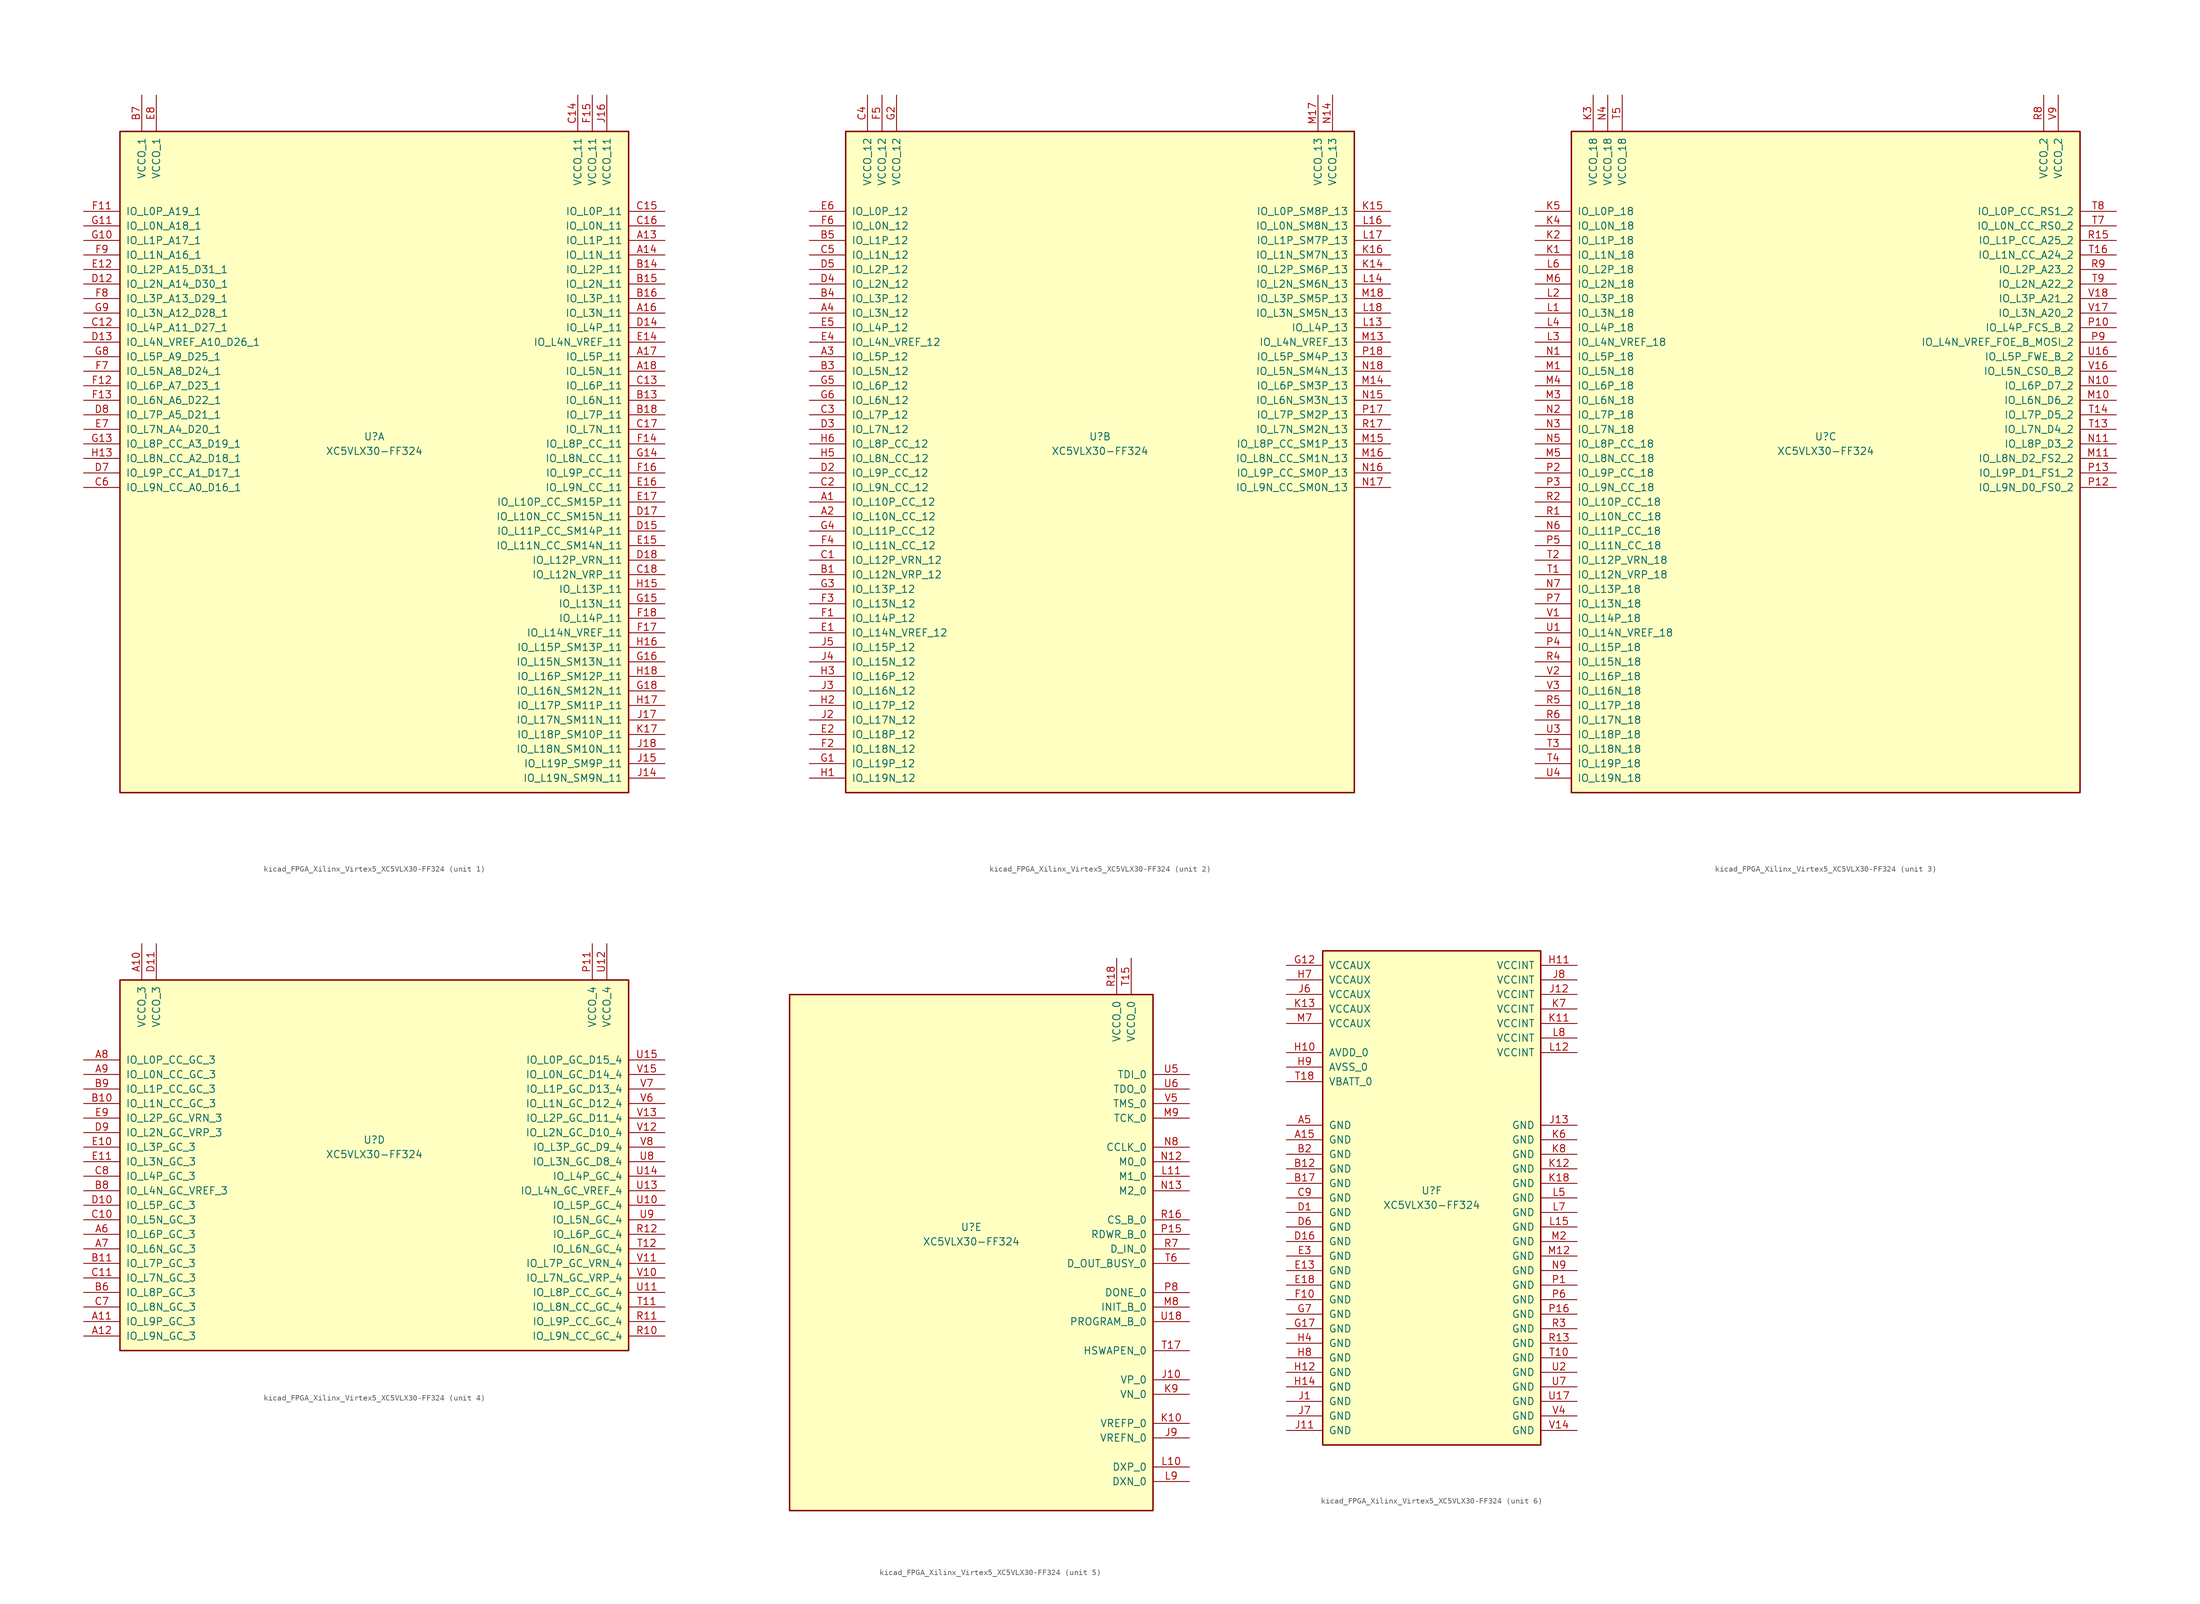
<source format=kicad_sym>
(kicad_symbol_lib
  (version 20220914)
  (generator kicad_symbol_editor)
  (symbol "kicad_FPGA_Xilinx_Virtex5_XC5VLX30-FF324"
    (pin_names
      (offset 1.016))
    (property "Reference" "U"
      (at 0 1.27 0)
      (effects (font (size 1.27 1.27))))
    (property "Value" "XC5VLX30-FF324"
      (at 0 -1.27 0)
      (effects (font (size 1.27 1.27))))
    (property "Datasheet" ""
      (at 0 0 0)
      (effects (font (size 1.27 1.27))))
    (property "ki_locked" ""
      (at 0 0 0)
      (effects (font (size 1.27 1.27))))
    (symbol "kicad_FPGA_Xilinx_Virtex5_XC5VLX30-FF324_1_1"
      (rectangle (start -44.45 54.61) (end 44.45 -60.96) (stroke (width 0.254) (type default)) (fill (type background)))
      (pin bidirectional line (at 50.8 35.56 180) (length 6.35) (name "IO_L1P_11" (effects (font (size 1.27 1.27)))) (number "A13" (effects (font (size 1.27 1.27)))))
      (pin bidirectional line (at 50.8 33.02 180) (length 6.35) (name "IO_L1N_11" (effects (font (size 1.27 1.27)))) (number "A14" (effects (font (size 1.27 1.27)))))
      (pin bidirectional line (at 50.8 22.86 180) (length 6.35) (name "IO_L3N_11" (effects (font (size 1.27 1.27)))) (number "A16" (effects (font (size 1.27 1.27)))))
      (pin bidirectional line (at 50.8 15.24 180) (length 6.35) (name "IO_L5P_11" (effects (font (size 1.27 1.27)))) (number "A17" (effects (font (size 1.27 1.27)))))
      (pin bidirectional line (at 50.8 12.7 180) (length 6.35) (name "IO_L5N_11" (effects (font (size 1.27 1.27)))) (number "A18" (effects (font (size 1.27 1.27)))))
      (pin bidirectional line (at 50.8 7.62 180) (length 6.35) (name "IO_L6N_11" (effects (font (size 1.27 1.27)))) (number "B13" (effects (font (size 1.27 1.27)))))
      (pin bidirectional line (at 50.8 30.48 180) (length 6.35) (name "IO_L2P_11" (effects (font (size 1.27 1.27)))) (number "B14" (effects (font (size 1.27 1.27)))))
      (pin bidirectional line (at 50.8 27.94 180) (length 6.35) (name "IO_L2N_11" (effects (font (size 1.27 1.27)))) (number "B15" (effects (font (size 1.27 1.27)))))
      (pin bidirectional line (at 50.8 25.4 180) (length 6.35) (name "IO_L3P_11" (effects (font (size 1.27 1.27)))) (number "B16" (effects (font (size 1.27 1.27)))))
      (pin bidirectional line (at 50.8 5.08 180) (length 6.35) (name "IO_L7P_11" (effects (font (size 1.27 1.27)))) (number "B18" (effects (font (size 1.27 1.27)))))
      (pin power_in line (at -40.64 60.96 270) (length 6.35) (name "VCCO_1" (effects (font (size 1.27 1.27)))) (number "B7" (effects (font (size 1.27 1.27)))))
      (pin bidirectional line (at -50.8 20.32 0) (length 6.35) (name "IO_L4P_A11_D27_1" (effects (font (size 1.27 1.27)))) (number "C12" (effects (font (size 1.27 1.27)))))
      (pin bidirectional line (at 50.8 10.16 180) (length 6.35) (name "IO_L6P_11" (effects (font (size 1.27 1.27)))) (number "C13" (effects (font (size 1.27 1.27)))))
      (pin power_in line (at 35.56 60.96 270) (length 6.35) (name "VCCO_11" (effects (font (size 1.27 1.27)))) (number "C14" (effects (font (size 1.27 1.27)))))
      (pin bidirectional line (at 50.8 40.64 180) (length 6.35) (name "IO_L0P_11" (effects (font (size 1.27 1.27)))) (number "C15" (effects (font (size 1.27 1.27)))))
      (pin bidirectional line (at 50.8 38.1 180) (length 6.35) (name "IO_L0N_11" (effects (font (size 1.27 1.27)))) (number "C16" (effects (font (size 1.27 1.27)))))
      (pin bidirectional line (at 50.8 2.54 180) (length 6.35) (name "IO_L7N_11" (effects (font (size 1.27 1.27)))) (number "C17" (effects (font (size 1.27 1.27)))))
      (pin bidirectional line (at 50.8 -22.86 180) (length 6.35) (name "IO_L12N_VRP_11" (effects (font (size 1.27 1.27)))) (number "C18" (effects (font (size 1.27 1.27)))))
      (pin bidirectional line (at -50.8 -7.62 0) (length 6.35) (name "IO_L9N_CC_A0_D16_1" (effects (font (size 1.27 1.27)))) (number "C6" (effects (font (size 1.27 1.27)))))
      (pin bidirectional line (at -50.8 27.94 0) (length 6.35) (name "IO_L2N_A14_D30_1" (effects (font (size 1.27 1.27)))) (number "D12" (effects (font (size 1.27 1.27)))))
      (pin bidirectional line (at -50.8 17.78 0) (length 6.35) (name "IO_L4N_VREF_A10_D26_1" (effects (font (size 1.27 1.27)))) (number "D13" (effects (font (size 1.27 1.27)))))
      (pin bidirectional line (at 50.8 20.32 180) (length 6.35) (name "IO_L4P_11" (effects (font (size 1.27 1.27)))) (number "D14" (effects (font (size 1.27 1.27)))))
      (pin bidirectional line (at 50.8 -15.24 180) (length 6.35) (name "IO_L11P_CC_SM14P_11" (effects (font (size 1.27 1.27)))) (number "D15" (effects (font (size 1.27 1.27)))))
      (pin bidirectional line (at 50.8 -12.7 180) (length 6.35) (name "IO_L10N_CC_SM15N_11" (effects (font (size 1.27 1.27)))) (number "D17" (effects (font (size 1.27 1.27)))))
      (pin bidirectional line (at 50.8 -20.32 180) (length 6.35) (name "IO_L12P_VRN_11" (effects (font (size 1.27 1.27)))) (number "D18" (effects (font (size 1.27 1.27)))))
      (pin bidirectional line (at -50.8 -5.08 0) (length 6.35) (name "IO_L9P_CC_A1_D17_1" (effects (font (size 1.27 1.27)))) (number "D7" (effects (font (size 1.27 1.27)))))
      (pin bidirectional line (at -50.8 5.08 0) (length 6.35) (name "IO_L7P_A5_D21_1" (effects (font (size 1.27 1.27)))) (number "D8" (effects (font (size 1.27 1.27)))))
      (pin bidirectional line (at -50.8 30.48 0) (length 6.35) (name "IO_L2P_A15_D31_1" (effects (font (size 1.27 1.27)))) (number "E12" (effects (font (size 1.27 1.27)))))
      (pin bidirectional line (at 50.8 17.78 180) (length 6.35) (name "IO_L4N_VREF_11" (effects (font (size 1.27 1.27)))) (number "E14" (effects (font (size 1.27 1.27)))))
      (pin bidirectional line (at 50.8 -17.78 180) (length 6.35) (name "IO_L11N_CC_SM14N_11" (effects (font (size 1.27 1.27)))) (number "E15" (effects (font (size 1.27 1.27)))))
      (pin bidirectional line (at 50.8 -7.62 180) (length 6.35) (name "IO_L9N_CC_11" (effects (font (size 1.27 1.27)))) (number "E16" (effects (font (size 1.27 1.27)))))
      (pin bidirectional line (at 50.8 -10.16 180) (length 6.35) (name "IO_L10P_CC_SM15P_11" (effects (font (size 1.27 1.27)))) (number "E17" (effects (font (size 1.27 1.27)))))
      (pin bidirectional line (at -50.8 2.54 0) (length 6.35) (name "IO_L7N_A4_D20_1" (effects (font (size 1.27 1.27)))) (number "E7" (effects (font (size 1.27 1.27)))))
      (pin power_in line (at -38.1 60.96 270) (length 6.35) (name "VCCO_1" (effects (font (size 1.27 1.27)))) (number "E8" (effects (font (size 1.27 1.27)))))
      (pin bidirectional line (at -50.8 40.64 0) (length 6.35) (name "IO_L0P_A19_1" (effects (font (size 1.27 1.27)))) (number "F11" (effects (font (size 1.27 1.27)))))
      (pin bidirectional line (at -50.8 10.16 0) (length 6.35) (name "IO_L6P_A7_D23_1" (effects (font (size 1.27 1.27)))) (number "F12" (effects (font (size 1.27 1.27)))))
      (pin bidirectional line (at -50.8 7.62 0) (length 6.35) (name "IO_L6N_A6_D22_1" (effects (font (size 1.27 1.27)))) (number "F13" (effects (font (size 1.27 1.27)))))
      (pin bidirectional line (at 50.8 0 180) (length 6.35) (name "IO_L8P_CC_11" (effects (font (size 1.27 1.27)))) (number "F14" (effects (font (size 1.27 1.27)))))
      (pin power_in line (at 38.1 60.96 270) (length 6.35) (name "VCCO_11" (effects (font (size 1.27 1.27)))) (number "F15" (effects (font (size 1.27 1.27)))))
      (pin bidirectional line (at 50.8 -5.08 180) (length 6.35) (name "IO_L9P_CC_11" (effects (font (size 1.27 1.27)))) (number "F16" (effects (font (size 1.27 1.27)))))
      (pin bidirectional line (at 50.8 -33.02 180) (length 6.35) (name "IO_L14N_VREF_11" (effects (font (size 1.27 1.27)))) (number "F17" (effects (font (size 1.27 1.27)))))
      (pin bidirectional line (at 50.8 -30.48 180) (length 6.35) (name "IO_L14P_11" (effects (font (size 1.27 1.27)))) (number "F18" (effects (font (size 1.27 1.27)))))
      (pin bidirectional line (at -50.8 12.7 0) (length 6.35) (name "IO_L5N_A8_D24_1" (effects (font (size 1.27 1.27)))) (number "F7" (effects (font (size 1.27 1.27)))))
      (pin bidirectional line (at -50.8 25.4 0) (length 6.35) (name "IO_L3P_A13_D29_1" (effects (font (size 1.27 1.27)))) (number "F8" (effects (font (size 1.27 1.27)))))
      (pin bidirectional line (at -50.8 33.02 0) (length 6.35) (name "IO_L1N_A16_1" (effects (font (size 1.27 1.27)))) (number "F9" (effects (font (size 1.27 1.27)))))
      (pin bidirectional line (at -50.8 35.56 0) (length 6.35) (name "IO_L1P_A17_1" (effects (font (size 1.27 1.27)))) (number "G10" (effects (font (size 1.27 1.27)))))
      (pin bidirectional line (at -50.8 38.1 0) (length 6.35) (name "IO_L0N_A18_1" (effects (font (size 1.27 1.27)))) (number "G11" (effects (font (size 1.27 1.27)))))
      (pin bidirectional line (at -50.8 0 0) (length 6.35) (name "IO_L8P_CC_A3_D19_1" (effects (font (size 1.27 1.27)))) (number "G13" (effects (font (size 1.27 1.27)))))
      (pin bidirectional line (at 50.8 -2.54 180) (length 6.35) (name "IO_L8N_CC_11" (effects (font (size 1.27 1.27)))) (number "G14" (effects (font (size 1.27 1.27)))))
      (pin bidirectional line (at 50.8 -27.94 180) (length 6.35) (name "IO_L13N_11" (effects (font (size 1.27 1.27)))) (number "G15" (effects (font (size 1.27 1.27)))))
      (pin bidirectional line (at 50.8 -38.1 180) (length 6.35) (name "IO_L15N_SM13N_11" (effects (font (size 1.27 1.27)))) (number "G16" (effects (font (size 1.27 1.27)))))
      (pin bidirectional line (at 50.8 -43.18 180) (length 6.35) (name "IO_L16N_SM12N_11" (effects (font (size 1.27 1.27)))) (number "G18" (effects (font (size 1.27 1.27)))))
      (pin bidirectional line (at -50.8 15.24 0) (length 6.35) (name "IO_L5P_A9_D25_1" (effects (font (size 1.27 1.27)))) (number "G8" (effects (font (size 1.27 1.27)))))
      (pin bidirectional line (at -50.8 22.86 0) (length 6.35) (name "IO_L3N_A12_D28_1" (effects (font (size 1.27 1.27)))) (number "G9" (effects (font (size 1.27 1.27)))))
      (pin bidirectional line (at -50.8 -2.54 0) (length 6.35) (name "IO_L8N_CC_A2_D18_1" (effects (font (size 1.27 1.27)))) (number "H13" (effects (font (size 1.27 1.27)))))
      (pin bidirectional line (at 50.8 -25.4 180) (length 6.35) (name "IO_L13P_11" (effects (font (size 1.27 1.27)))) (number "H15" (effects (font (size 1.27 1.27)))))
      (pin bidirectional line (at 50.8 -35.56 180) (length 6.35) (name "IO_L15P_SM13P_11" (effects (font (size 1.27 1.27)))) (number "H16" (effects (font (size 1.27 1.27)))))
      (pin bidirectional line (at 50.8 -45.72 180) (length 6.35) (name "IO_L17P_SM11P_11" (effects (font (size 1.27 1.27)))) (number "H17" (effects (font (size 1.27 1.27)))))
      (pin bidirectional line (at 50.8 -40.64 180) (length 6.35) (name "IO_L16P_SM12P_11" (effects (font (size 1.27 1.27)))) (number "H18" (effects (font (size 1.27 1.27)))))
      (pin bidirectional line (at 50.8 -58.42 180) (length 6.35) (name "IO_L19N_SM9N_11" (effects (font (size 1.27 1.27)))) (number "J14" (effects (font (size 1.27 1.27)))))
      (pin bidirectional line (at 50.8 -55.88 180) (length 6.35) (name "IO_L19P_SM9P_11" (effects (font (size 1.27 1.27)))) (number "J15" (effects (font (size 1.27 1.27)))))
      (pin power_in line (at 40.64 60.96 270) (length 6.35) (name "VCCO_11" (effects (font (size 1.27 1.27)))) (number "J16" (effects (font (size 1.27 1.27)))))
      (pin bidirectional line (at 50.8 -48.26 180) (length 6.35) (name "IO_L17N_SM11N_11" (effects (font (size 1.27 1.27)))) (number "J17" (effects (font (size 1.27 1.27)))))
      (pin bidirectional line (at 50.8 -53.34 180) (length 6.35) (name "IO_L18N_SM10N_11" (effects (font (size 1.27 1.27)))) (number "J18" (effects (font (size 1.27 1.27)))))
      (pin bidirectional line (at 50.8 -50.8 180) (length 6.35) (name "IO_L18P_SM10P_11" (effects (font (size 1.27 1.27)))) (number "K17" (effects (font (size 1.27 1.27))))))
    (symbol "kicad_FPGA_Xilinx_Virtex5_XC5VLX30-FF324_2_1"
      (rectangle (start -44.45 54.61) (end 44.45 -60.96) (stroke (width 0.254) (type default)) (fill (type background)))
      (pin bidirectional line (at -50.8 -10.16 0) (length 6.35) (name "IO_L10P_CC_12" (effects (font (size 1.27 1.27)))) (number "A1" (effects (font (size 1.27 1.27)))))
      (pin bidirectional line (at -50.8 -12.7 0) (length 6.35) (name "IO_L10N_CC_12" (effects (font (size 1.27 1.27)))) (number "A2" (effects (font (size 1.27 1.27)))))
      (pin bidirectional line (at -50.8 15.24 0) (length 6.35) (name "IO_L5P_12" (effects (font (size 1.27 1.27)))) (number "A3" (effects (font (size 1.27 1.27)))))
      (pin bidirectional line (at -50.8 22.86 0) (length 6.35) (name "IO_L3N_12" (effects (font (size 1.27 1.27)))) (number "A4" (effects (font (size 1.27 1.27)))))
      (pin bidirectional line (at -50.8 -22.86 0) (length 6.35) (name "IO_L12N_VRP_12" (effects (font (size 1.27 1.27)))) (number "B1" (effects (font (size 1.27 1.27)))))
      (pin bidirectional line (at -50.8 12.7 0) (length 6.35) (name "IO_L5N_12" (effects (font (size 1.27 1.27)))) (number "B3" (effects (font (size 1.27 1.27)))))
      (pin bidirectional line (at -50.8 25.4 0) (length 6.35) (name "IO_L3P_12" (effects (font (size 1.27 1.27)))) (number "B4" (effects (font (size 1.27 1.27)))))
      (pin bidirectional line (at -50.8 35.56 0) (length 6.35) (name "IO_L1P_12" (effects (font (size 1.27 1.27)))) (number "B5" (effects (font (size 1.27 1.27)))))
      (pin bidirectional line (at -50.8 -20.32 0) (length 6.35) (name "IO_L12P_VRN_12" (effects (font (size 1.27 1.27)))) (number "C1" (effects (font (size 1.27 1.27)))))
      (pin bidirectional line (at -50.8 -7.62 0) (length 6.35) (name "IO_L9N_CC_12" (effects (font (size 1.27 1.27)))) (number "C2" (effects (font (size 1.27 1.27)))))
      (pin bidirectional line (at -50.8 5.08 0) (length 6.35) (name "IO_L7P_12" (effects (font (size 1.27 1.27)))) (number "C3" (effects (font (size 1.27 1.27)))))
      (pin power_in line (at -40.64 60.96 270) (length 6.35) (name "VCCO_12" (effects (font (size 1.27 1.27)))) (number "C4" (effects (font (size 1.27 1.27)))))
      (pin bidirectional line (at -50.8 33.02 0) (length 6.35) (name "IO_L1N_12" (effects (font (size 1.27 1.27)))) (number "C5" (effects (font (size 1.27 1.27)))))
      (pin bidirectional line (at -50.8 -5.08 0) (length 6.35) (name "IO_L9P_CC_12" (effects (font (size 1.27 1.27)))) (number "D2" (effects (font (size 1.27 1.27)))))
      (pin bidirectional line (at -50.8 2.54 0) (length 6.35) (name "IO_L7N_12" (effects (font (size 1.27 1.27)))) (number "D3" (effects (font (size 1.27 1.27)))))
      (pin bidirectional line (at -50.8 27.94 0) (length 6.35) (name "IO_L2N_12" (effects (font (size 1.27 1.27)))) (number "D4" (effects (font (size 1.27 1.27)))))
      (pin bidirectional line (at -50.8 30.48 0) (length 6.35) (name "IO_L2P_12" (effects (font (size 1.27 1.27)))) (number "D5" (effects (font (size 1.27 1.27)))))
      (pin bidirectional line (at -50.8 -33.02 0) (length 6.35) (name "IO_L14N_VREF_12" (effects (font (size 1.27 1.27)))) (number "E1" (effects (font (size 1.27 1.27)))))
      (pin bidirectional line (at -50.8 -50.8 0) (length 6.35) (name "IO_L18P_12" (effects (font (size 1.27 1.27)))) (number "E2" (effects (font (size 1.27 1.27)))))
      (pin bidirectional line (at -50.8 17.78 0) (length 6.35) (name "IO_L4N_VREF_12" (effects (font (size 1.27 1.27)))) (number "E4" (effects (font (size 1.27 1.27)))))
      (pin bidirectional line (at -50.8 20.32 0) (length 6.35) (name "IO_L4P_12" (effects (font (size 1.27 1.27)))) (number "E5" (effects (font (size 1.27 1.27)))))
      (pin bidirectional line (at -50.8 40.64 0) (length 6.35) (name "IO_L0P_12" (effects (font (size 1.27 1.27)))) (number "E6" (effects (font (size 1.27 1.27)))))
      (pin bidirectional line (at -50.8 -30.48 0) (length 6.35) (name "IO_L14P_12" (effects (font (size 1.27 1.27)))) (number "F1" (effects (font (size 1.27 1.27)))))
      (pin bidirectional line (at -50.8 -53.34 0) (length 6.35) (name "IO_L18N_12" (effects (font (size 1.27 1.27)))) (number "F2" (effects (font (size 1.27 1.27)))))
      (pin bidirectional line (at -50.8 -27.94 0) (length 6.35) (name "IO_L13N_12" (effects (font (size 1.27 1.27)))) (number "F3" (effects (font (size 1.27 1.27)))))
      (pin bidirectional line (at -50.8 -17.78 0) (length 6.35) (name "IO_L11N_CC_12" (effects (font (size 1.27 1.27)))) (number "F4" (effects (font (size 1.27 1.27)))))
      (pin power_in line (at -38.1 60.96 270) (length 6.35) (name "VCCO_12" (effects (font (size 1.27 1.27)))) (number "F5" (effects (font (size 1.27 1.27)))))
      (pin bidirectional line (at -50.8 38.1 0) (length 6.35) (name "IO_L0N_12" (effects (font (size 1.27 1.27)))) (number "F6" (effects (font (size 1.27 1.27)))))
      (pin bidirectional line (at -50.8 -55.88 0) (length 6.35) (name "IO_L19P_12" (effects (font (size 1.27 1.27)))) (number "G1" (effects (font (size 1.27 1.27)))))
      (pin power_in line (at -35.56 60.96 270) (length 6.35) (name "VCCO_12" (effects (font (size 1.27 1.27)))) (number "G2" (effects (font (size 1.27 1.27)))))
      (pin bidirectional line (at -50.8 -25.4 0) (length 6.35) (name "IO_L13P_12" (effects (font (size 1.27 1.27)))) (number "G3" (effects (font (size 1.27 1.27)))))
      (pin bidirectional line (at -50.8 -15.24 0) (length 6.35) (name "IO_L11P_CC_12" (effects (font (size 1.27 1.27)))) (number "G4" (effects (font (size 1.27 1.27)))))
      (pin bidirectional line (at -50.8 10.16 0) (length 6.35) (name "IO_L6P_12" (effects (font (size 1.27 1.27)))) (number "G5" (effects (font (size 1.27 1.27)))))
      (pin bidirectional line (at -50.8 7.62 0) (length 6.35) (name "IO_L6N_12" (effects (font (size 1.27 1.27)))) (number "G6" (effects (font (size 1.27 1.27)))))
      (pin bidirectional line (at -50.8 -58.42 0) (length 6.35) (name "IO_L19N_12" (effects (font (size 1.27 1.27)))) (number "H1" (effects (font (size 1.27 1.27)))))
      (pin bidirectional line (at -50.8 -45.72 0) (length 6.35) (name "IO_L17P_12" (effects (font (size 1.27 1.27)))) (number "H2" (effects (font (size 1.27 1.27)))))
      (pin bidirectional line (at -50.8 -40.64 0) (length 6.35) (name "IO_L16P_12" (effects (font (size 1.27 1.27)))) (number "H3" (effects (font (size 1.27 1.27)))))
      (pin bidirectional line (at -50.8 -2.54 0) (length 6.35) (name "IO_L8N_CC_12" (effects (font (size 1.27 1.27)))) (number "H5" (effects (font (size 1.27 1.27)))))
      (pin bidirectional line (at -50.8 0 0) (length 6.35) (name "IO_L8P_CC_12" (effects (font (size 1.27 1.27)))) (number "H6" (effects (font (size 1.27 1.27)))))
      (pin bidirectional line (at -50.8 -48.26 0) (length 6.35) (name "IO_L17N_12" (effects (font (size 1.27 1.27)))) (number "J2" (effects (font (size 1.27 1.27)))))
      (pin bidirectional line (at -50.8 -43.18 0) (length 6.35) (name "IO_L16N_12" (effects (font (size 1.27 1.27)))) (number "J3" (effects (font (size 1.27 1.27)))))
      (pin bidirectional line (at -50.8 -38.1 0) (length 6.35) (name "IO_L15N_12" (effects (font (size 1.27 1.27)))) (number "J4" (effects (font (size 1.27 1.27)))))
      (pin bidirectional line (at -50.8 -35.56 0) (length 6.35) (name "IO_L15P_12" (effects (font (size 1.27 1.27)))) (number "J5" (effects (font (size 1.27 1.27)))))
      (pin bidirectional line (at 50.8 30.48 180) (length 6.35) (name "IO_L2P_SM6P_13" (effects (font (size 1.27 1.27)))) (number "K14" (effects (font (size 1.27 1.27)))))
      (pin bidirectional line (at 50.8 40.64 180) (length 6.35) (name "IO_L0P_SM8P_13" (effects (font (size 1.27 1.27)))) (number "K15" (effects (font (size 1.27 1.27)))))
      (pin bidirectional line (at 50.8 33.02 180) (length 6.35) (name "IO_L1N_SM7N_13" (effects (font (size 1.27 1.27)))) (number "K16" (effects (font (size 1.27 1.27)))))
      (pin bidirectional line (at 50.8 20.32 180) (length 6.35) (name "IO_L4P_13" (effects (font (size 1.27 1.27)))) (number "L13" (effects (font (size 1.27 1.27)))))
      (pin bidirectional line (at 50.8 27.94 180) (length 6.35) (name "IO_L2N_SM6N_13" (effects (font (size 1.27 1.27)))) (number "L14" (effects (font (size 1.27 1.27)))))
      (pin bidirectional line (at 50.8 38.1 180) (length 6.35) (name "IO_L0N_SM8N_13" (effects (font (size 1.27 1.27)))) (number "L16" (effects (font (size 1.27 1.27)))))
      (pin bidirectional line (at 50.8 35.56 180) (length 6.35) (name "IO_L1P_SM7P_13" (effects (font (size 1.27 1.27)))) (number "L17" (effects (font (size 1.27 1.27)))))
      (pin bidirectional line (at 50.8 22.86 180) (length 6.35) (name "IO_L3N_SM5N_13" (effects (font (size 1.27 1.27)))) (number "L18" (effects (font (size 1.27 1.27)))))
      (pin bidirectional line (at 50.8 17.78 180) (length 6.35) (name "IO_L4N_VREF_13" (effects (font (size 1.27 1.27)))) (number "M13" (effects (font (size 1.27 1.27)))))
      (pin bidirectional line (at 50.8 10.16 180) (length 6.35) (name "IO_L6P_SM3P_13" (effects (font (size 1.27 1.27)))) (number "M14" (effects (font (size 1.27 1.27)))))
      (pin bidirectional line (at 50.8 0 180) (length 6.35) (name "IO_L8P_CC_SM1P_13" (effects (font (size 1.27 1.27)))) (number "M15" (effects (font (size 1.27 1.27)))))
      (pin bidirectional line (at 50.8 -2.54 180) (length 6.35) (name "IO_L8N_CC_SM1N_13" (effects (font (size 1.27 1.27)))) (number "M16" (effects (font (size 1.27 1.27)))))
      (pin power_in line (at 38.1 60.96 270) (length 6.35) (name "VCCO_13" (effects (font (size 1.27 1.27)))) (number "M17" (effects (font (size 1.27 1.27)))))
      (pin bidirectional line (at 50.8 25.4 180) (length 6.35) (name "IO_L3P_SM5P_13" (effects (font (size 1.27 1.27)))) (number "M18" (effects (font (size 1.27 1.27)))))
      (pin power_in line (at 40.64 60.96 270) (length 6.35) (name "VCCO_13" (effects (font (size 1.27 1.27)))) (number "N14" (effects (font (size 1.27 1.27)))))
      (pin bidirectional line (at 50.8 7.62 180) (length 6.35) (name "IO_L6N_SM3N_13" (effects (font (size 1.27 1.27)))) (number "N15" (effects (font (size 1.27 1.27)))))
      (pin bidirectional line (at 50.8 -5.08 180) (length 6.35) (name "IO_L9P_CC_SM0P_13" (effects (font (size 1.27 1.27)))) (number "N16" (effects (font (size 1.27 1.27)))))
      (pin bidirectional line (at 50.8 -7.62 180) (length 6.35) (name "IO_L9N_CC_SM0N_13" (effects (font (size 1.27 1.27)))) (number "N17" (effects (font (size 1.27 1.27)))))
      (pin bidirectional line (at 50.8 12.7 180) (length 6.35) (name "IO_L5N_SM4N_13" (effects (font (size 1.27 1.27)))) (number "N18" (effects (font (size 1.27 1.27)))))
      (pin bidirectional line (at 50.8 5.08 180) (length 6.35) (name "IO_L7P_SM2P_13" (effects (font (size 1.27 1.27)))) (number "P17" (effects (font (size 1.27 1.27)))))
      (pin bidirectional line (at 50.8 15.24 180) (length 6.35) (name "IO_L5P_SM4P_13" (effects (font (size 1.27 1.27)))) (number "P18" (effects (font (size 1.27 1.27)))))
      (pin bidirectional line (at 50.8 2.54 180) (length 6.35) (name "IO_L7N_SM2N_13" (effects (font (size 1.27 1.27)))) (number "R17" (effects (font (size 1.27 1.27))))))
    (symbol "kicad_FPGA_Xilinx_Virtex5_XC5VLX30-FF324_3_1"
      (rectangle (start -44.45 54.61) (end 44.45 -60.96) (stroke (width 0.254) (type default)) (fill (type background)))
      (pin bidirectional line (at -50.8 33.02 0) (length 6.35) (name "IO_L1N_18" (effects (font (size 1.27 1.27)))) (number "K1" (effects (font (size 1.27 1.27)))))
      (pin bidirectional line (at -50.8 35.56 0) (length 6.35) (name "IO_L1P_18" (effects (font (size 1.27 1.27)))) (number "K2" (effects (font (size 1.27 1.27)))))
      (pin power_in line (at -40.64 60.96 270) (length 6.35) (name "VCCO_18" (effects (font (size 1.27 1.27)))) (number "K3" (effects (font (size 1.27 1.27)))))
      (pin bidirectional line (at -50.8 38.1 0) (length 6.35) (name "IO_L0N_18" (effects (font (size 1.27 1.27)))) (number "K4" (effects (font (size 1.27 1.27)))))
      (pin bidirectional line (at -50.8 40.64 0) (length 6.35) (name "IO_L0P_18" (effects (font (size 1.27 1.27)))) (number "K5" (effects (font (size 1.27 1.27)))))
      (pin bidirectional line (at -50.8 22.86 0) (length 6.35) (name "IO_L3N_18" (effects (font (size 1.27 1.27)))) (number "L1" (effects (font (size 1.27 1.27)))))
      (pin bidirectional line (at -50.8 25.4 0) (length 6.35) (name "IO_L3P_18" (effects (font (size 1.27 1.27)))) (number "L2" (effects (font (size 1.27 1.27)))))
      (pin bidirectional line (at -50.8 17.78 0) (length 6.35) (name "IO_L4N_VREF_18" (effects (font (size 1.27 1.27)))) (number "L3" (effects (font (size 1.27 1.27)))))
      (pin bidirectional line (at -50.8 20.32 0) (length 6.35) (name "IO_L4P_18" (effects (font (size 1.27 1.27)))) (number "L4" (effects (font (size 1.27 1.27)))))
      (pin bidirectional line (at -50.8 30.48 0) (length 6.35) (name "IO_L2P_18" (effects (font (size 1.27 1.27)))) (number "L6" (effects (font (size 1.27 1.27)))))
      (pin bidirectional line (at -50.8 12.7 0) (length 6.35) (name "IO_L5N_18" (effects (font (size 1.27 1.27)))) (number "M1" (effects (font (size 1.27 1.27)))))
      (pin bidirectional line (at 50.8 7.62 180) (length 6.35) (name "IO_L6N_D6_2" (effects (font (size 1.27 1.27)))) (number "M10" (effects (font (size 1.27 1.27)))))
      (pin bidirectional line (at 50.8 -2.54 180) (length 6.35) (name "IO_L8N_D2_FS2_2" (effects (font (size 1.27 1.27)))) (number "M11" (effects (font (size 1.27 1.27)))))
      (pin bidirectional line (at -50.8 7.62 0) (length 6.35) (name "IO_L6N_18" (effects (font (size 1.27 1.27)))) (number "M3" (effects (font (size 1.27 1.27)))))
      (pin bidirectional line (at -50.8 10.16 0) (length 6.35) (name "IO_L6P_18" (effects (font (size 1.27 1.27)))) (number "M4" (effects (font (size 1.27 1.27)))))
      (pin bidirectional line (at -50.8 -2.54 0) (length 6.35) (name "IO_L8N_CC_18" (effects (font (size 1.27 1.27)))) (number "M5" (effects (font (size 1.27 1.27)))))
      (pin bidirectional line (at -50.8 27.94 0) (length 6.35) (name "IO_L2N_18" (effects (font (size 1.27 1.27)))) (number "M6" (effects (font (size 1.27 1.27)))))
      (pin bidirectional line (at -50.8 15.24 0) (length 6.35) (name "IO_L5P_18" (effects (font (size 1.27 1.27)))) (number "N1" (effects (font (size 1.27 1.27)))))
      (pin bidirectional line (at 50.8 10.16 180) (length 6.35) (name "IO_L6P_D7_2" (effects (font (size 1.27 1.27)))) (number "N10" (effects (font (size 1.27 1.27)))))
      (pin bidirectional line (at 50.8 0 180) (length 6.35) (name "IO_L8P_D3_2" (effects (font (size 1.27 1.27)))) (number "N11" (effects (font (size 1.27 1.27)))))
      (pin bidirectional line (at -50.8 5.08 0) (length 6.35) (name "IO_L7P_18" (effects (font (size 1.27 1.27)))) (number "N2" (effects (font (size 1.27 1.27)))))
      (pin bidirectional line (at -50.8 2.54 0) (length 6.35) (name "IO_L7N_18" (effects (font (size 1.27 1.27)))) (number "N3" (effects (font (size 1.27 1.27)))))
      (pin power_in line (at -38.1 60.96 270) (length 6.35) (name "VCCO_18" (effects (font (size 1.27 1.27)))) (number "N4" (effects (font (size 1.27 1.27)))))
      (pin bidirectional line (at -50.8 0 0) (length 6.35) (name "IO_L8P_CC_18" (effects (font (size 1.27 1.27)))) (number "N5" (effects (font (size 1.27 1.27)))))
      (pin bidirectional line (at -50.8 -15.24 0) (length 6.35) (name "IO_L11P_CC_18" (effects (font (size 1.27 1.27)))) (number "N6" (effects (font (size 1.27 1.27)))))
      (pin bidirectional line (at -50.8 -25.4 0) (length 6.35) (name "IO_L13P_18" (effects (font (size 1.27 1.27)))) (number "N7" (effects (font (size 1.27 1.27)))))
      (pin bidirectional line (at 50.8 20.32 180) (length 6.35) (name "IO_L4P_FCS_B_2" (effects (font (size 1.27 1.27)))) (number "P10" (effects (font (size 1.27 1.27)))))
      (pin bidirectional line (at 50.8 -7.62 180) (length 6.35) (name "IO_L9N_D0_FS0_2" (effects (font (size 1.27 1.27)))) (number "P12" (effects (font (size 1.27 1.27)))))
      (pin bidirectional line (at 50.8 -5.08 180) (length 6.35) (name "IO_L9P_D1_FS1_2" (effects (font (size 1.27 1.27)))) (number "P13" (effects (font (size 1.27 1.27)))))
      (pin bidirectional line (at -50.8 -5.08 0) (length 6.35) (name "IO_L9P_CC_18" (effects (font (size 1.27 1.27)))) (number "P2" (effects (font (size 1.27 1.27)))))
      (pin bidirectional line (at -50.8 -7.62 0) (length 6.35) (name "IO_L9N_CC_18" (effects (font (size 1.27 1.27)))) (number "P3" (effects (font (size 1.27 1.27)))))
      (pin bidirectional line (at -50.8 -35.56 0) (length 6.35) (name "IO_L15P_18" (effects (font (size 1.27 1.27)))) (number "P4" (effects (font (size 1.27 1.27)))))
      (pin bidirectional line (at -50.8 -17.78 0) (length 6.35) (name "IO_L11N_CC_18" (effects (font (size 1.27 1.27)))) (number "P5" (effects (font (size 1.27 1.27)))))
      (pin bidirectional line (at -50.8 -27.94 0) (length 6.35) (name "IO_L13N_18" (effects (font (size 1.27 1.27)))) (number "P7" (effects (font (size 1.27 1.27)))))
      (pin bidirectional line (at 50.8 17.78 180) (length 6.35) (name "IO_L4N_VREF_FOE_B_MOSI_2" (effects (font (size 1.27 1.27)))) (number "P9" (effects (font (size 1.27 1.27)))))
      (pin bidirectional line (at -50.8 -12.7 0) (length 6.35) (name "IO_L10N_CC_18" (effects (font (size 1.27 1.27)))) (number "R1" (effects (font (size 1.27 1.27)))))
      (pin bidirectional line (at 50.8 35.56 180) (length 6.35) (name "IO_L1P_CC_A25_2" (effects (font (size 1.27 1.27)))) (number "R15" (effects (font (size 1.27 1.27)))))
      (pin bidirectional line (at -50.8 -10.16 0) (length 6.35) (name "IO_L10P_CC_18" (effects (font (size 1.27 1.27)))) (number "R2" (effects (font (size 1.27 1.27)))))
      (pin bidirectional line (at -50.8 -38.1 0) (length 6.35) (name "IO_L15N_18" (effects (font (size 1.27 1.27)))) (number "R4" (effects (font (size 1.27 1.27)))))
      (pin bidirectional line (at -50.8 -45.72 0) (length 6.35) (name "IO_L17P_18" (effects (font (size 1.27 1.27)))) (number "R5" (effects (font (size 1.27 1.27)))))
      (pin bidirectional line (at -50.8 -48.26 0) (length 6.35) (name "IO_L17N_18" (effects (font (size 1.27 1.27)))) (number "R6" (effects (font (size 1.27 1.27)))))
      (pin power_in line (at 38.1 60.96 270) (length 6.35) (name "VCCO_2" (effects (font (size 1.27 1.27)))) (number "R8" (effects (font (size 1.27 1.27)))))
      (pin bidirectional line (at 50.8 30.48 180) (length 6.35) (name "IO_L2P_A23_2" (effects (font (size 1.27 1.27)))) (number "R9" (effects (font (size 1.27 1.27)))))
      (pin bidirectional line (at -50.8 -22.86 0) (length 6.35) (name "IO_L12N_VRP_18" (effects (font (size 1.27 1.27)))) (number "T1" (effects (font (size 1.27 1.27)))))
      (pin bidirectional line (at 50.8 2.54 180) (length 6.35) (name "IO_L7N_D4_2" (effects (font (size 1.27 1.27)))) (number "T13" (effects (font (size 1.27 1.27)))))
      (pin bidirectional line (at 50.8 5.08 180) (length 6.35) (name "IO_L7P_D5_2" (effects (font (size 1.27 1.27)))) (number "T14" (effects (font (size 1.27 1.27)))))
      (pin bidirectional line (at 50.8 33.02 180) (length 6.35) (name "IO_L1N_CC_A24_2" (effects (font (size 1.27 1.27)))) (number "T16" (effects (font (size 1.27 1.27)))))
      (pin bidirectional line (at -50.8 -20.32 0) (length 6.35) (name "IO_L12P_VRN_18" (effects (font (size 1.27 1.27)))) (number "T2" (effects (font (size 1.27 1.27)))))
      (pin bidirectional line (at -50.8 -53.34 0) (length 6.35) (name "IO_L18N_18" (effects (font (size 1.27 1.27)))) (number "T3" (effects (font (size 1.27 1.27)))))
      (pin bidirectional line (at -50.8 -55.88 0) (length 6.35) (name "IO_L19P_18" (effects (font (size 1.27 1.27)))) (number "T4" (effects (font (size 1.27 1.27)))))
      (pin power_in line (at -35.56 60.96 270) (length 6.35) (name "VCCO_18" (effects (font (size 1.27 1.27)))) (number "T5" (effects (font (size 1.27 1.27)))))
      (pin bidirectional line (at 50.8 38.1 180) (length 6.35) (name "IO_L0N_CC_RS0_2" (effects (font (size 1.27 1.27)))) (number "T7" (effects (font (size 1.27 1.27)))))
      (pin bidirectional line (at 50.8 40.64 180) (length 6.35) (name "IO_L0P_CC_RS1_2" (effects (font (size 1.27 1.27)))) (number "T8" (effects (font (size 1.27 1.27)))))
      (pin bidirectional line (at 50.8 27.94 180) (length 6.35) (name "IO_L2N_A22_2" (effects (font (size 1.27 1.27)))) (number "T9" (effects (font (size 1.27 1.27)))))
      (pin bidirectional line (at -50.8 -33.02 0) (length 6.35) (name "IO_L14N_VREF_18" (effects (font (size 1.27 1.27)))) (number "U1" (effects (font (size 1.27 1.27)))))
      (pin bidirectional line (at 50.8 15.24 180) (length 6.35) (name "IO_L5P_FWE_B_2" (effects (font (size 1.27 1.27)))) (number "U16" (effects (font (size 1.27 1.27)))))
      (pin bidirectional line (at -50.8 -50.8 0) (length 6.35) (name "IO_L18P_18" (effects (font (size 1.27 1.27)))) (number "U3" (effects (font (size 1.27 1.27)))))
      (pin bidirectional line (at -50.8 -58.42 0) (length 6.35) (name "IO_L19N_18" (effects (font (size 1.27 1.27)))) (number "U4" (effects (font (size 1.27 1.27)))))
      (pin bidirectional line (at -50.8 -30.48 0) (length 6.35) (name "IO_L14P_18" (effects (font (size 1.27 1.27)))) (number "V1" (effects (font (size 1.27 1.27)))))
      (pin bidirectional line (at 50.8 12.7 180) (length 6.35) (name "IO_L5N_CSO_B_2" (effects (font (size 1.27 1.27)))) (number "V16" (effects (font (size 1.27 1.27)))))
      (pin bidirectional line (at 50.8 22.86 180) (length 6.35) (name "IO_L3N_A20_2" (effects (font (size 1.27 1.27)))) (number "V17" (effects (font (size 1.27 1.27)))))
      (pin bidirectional line (at 50.8 25.4 180) (length 6.35) (name "IO_L3P_A21_2" (effects (font (size 1.27 1.27)))) (number "V18" (effects (font (size 1.27 1.27)))))
      (pin bidirectional line (at -50.8 -40.64 0) (length 6.35) (name "IO_L16P_18" (effects (font (size 1.27 1.27)))) (number "V2" (effects (font (size 1.27 1.27)))))
      (pin bidirectional line (at -50.8 -43.18 0) (length 6.35) (name "IO_L16N_18" (effects (font (size 1.27 1.27)))) (number "V3" (effects (font (size 1.27 1.27)))))
      (pin power_in line (at 40.64 60.96 270) (length 6.35) (name "VCCO_2" (effects (font (size 1.27 1.27)))) (number "V9" (effects (font (size 1.27 1.27))))))
    (symbol "kicad_FPGA_Xilinx_Virtex5_XC5VLX30-FF324_4_1"
      (rectangle (start -44.45 29.21) (end 44.45 -35.56) (stroke (width 0.254) (type default)) (fill (type background)))
      (pin power_in line (at -40.64 35.56 270) (length 6.35) (name "VCCO_3" (effects (font (size 1.27 1.27)))) (number "A10" (effects (font (size 1.27 1.27)))))
      (pin bidirectional line (at -50.8 -30.48 0) (length 6.35) (name "IO_L9P_GC_3" (effects (font (size 1.27 1.27)))) (number "A11" (effects (font (size 1.27 1.27)))))
      (pin bidirectional line (at -50.8 -33.02 0) (length 6.35) (name "IO_L9N_GC_3" (effects (font (size 1.27 1.27)))) (number "A12" (effects (font (size 1.27 1.27)))))
      (pin bidirectional line (at -50.8 -15.24 0) (length 6.35) (name "IO_L6P_GC_3" (effects (font (size 1.27 1.27)))) (number "A6" (effects (font (size 1.27 1.27)))))
      (pin bidirectional line (at -50.8 -17.78 0) (length 6.35) (name "IO_L6N_GC_3" (effects (font (size 1.27 1.27)))) (number "A7" (effects (font (size 1.27 1.27)))))
      (pin bidirectional line (at -50.8 15.24 0) (length 6.35) (name "IO_L0P_CC_GC_3" (effects (font (size 1.27 1.27)))) (number "A8" (effects (font (size 1.27 1.27)))))
      (pin bidirectional line (at -50.8 12.7 0) (length 6.35) (name "IO_L0N_CC_GC_3" (effects (font (size 1.27 1.27)))) (number "A9" (effects (font (size 1.27 1.27)))))
      (pin bidirectional line (at -50.8 7.62 0) (length 6.35) (name "IO_L1N_CC_GC_3" (effects (font (size 1.27 1.27)))) (number "B10" (effects (font (size 1.27 1.27)))))
      (pin bidirectional line (at -50.8 -20.32 0) (length 6.35) (name "IO_L7P_GC_3" (effects (font (size 1.27 1.27)))) (number "B11" (effects (font (size 1.27 1.27)))))
      (pin bidirectional line (at -50.8 -25.4 0) (length 6.35) (name "IO_L8P_GC_3" (effects (font (size 1.27 1.27)))) (number "B6" (effects (font (size 1.27 1.27)))))
      (pin bidirectional line (at -50.8 -7.62 0) (length 6.35) (name "IO_L4N_GC_VREF_3" (effects (font (size 1.27 1.27)))) (number "B8" (effects (font (size 1.27 1.27)))))
      (pin bidirectional line (at -50.8 10.16 0) (length 6.35) (name "IO_L1P_CC_GC_3" (effects (font (size 1.27 1.27)))) (number "B9" (effects (font (size 1.27 1.27)))))
      (pin bidirectional line (at -50.8 -12.7 0) (length 6.35) (name "IO_L5N_GC_3" (effects (font (size 1.27 1.27)))) (number "C10" (effects (font (size 1.27 1.27)))))
      (pin bidirectional line (at -50.8 -22.86 0) (length 6.35) (name "IO_L7N_GC_3" (effects (font (size 1.27 1.27)))) (number "C11" (effects (font (size 1.27 1.27)))))
      (pin bidirectional line (at -50.8 -27.94 0) (length 6.35) (name "IO_L8N_GC_3" (effects (font (size 1.27 1.27)))) (number "C7" (effects (font (size 1.27 1.27)))))
      (pin bidirectional line (at -50.8 -5.08 0) (length 6.35) (name "IO_L4P_GC_3" (effects (font (size 1.27 1.27)))) (number "C8" (effects (font (size 1.27 1.27)))))
      (pin bidirectional line (at -50.8 -10.16 0) (length 6.35) (name "IO_L5P_GC_3" (effects (font (size 1.27 1.27)))) (number "D10" (effects (font (size 1.27 1.27)))))
      (pin power_in line (at -38.1 35.56 270) (length 6.35) (name "VCCO_3" (effects (font (size 1.27 1.27)))) (number "D11" (effects (font (size 1.27 1.27)))))
      (pin bidirectional line (at -50.8 2.54 0) (length 6.35) (name "IO_L2N_GC_VRP_3" (effects (font (size 1.27 1.27)))) (number "D9" (effects (font (size 1.27 1.27)))))
      (pin bidirectional line (at -50.8 0 0) (length 6.35) (name "IO_L3P_GC_3" (effects (font (size 1.27 1.27)))) (number "E10" (effects (font (size 1.27 1.27)))))
      (pin bidirectional line (at -50.8 -2.54 0) (length 6.35) (name "IO_L3N_GC_3" (effects (font (size 1.27 1.27)))) (number "E11" (effects (font (size 1.27 1.27)))))
      (pin bidirectional line (at -50.8 5.08 0) (length 6.35) (name "IO_L2P_GC_VRN_3" (effects (font (size 1.27 1.27)))) (number "E9" (effects (font (size 1.27 1.27)))))
      (pin power_in line (at 38.1 35.56 270) (length 6.35) (name "VCCO_4" (effects (font (size 1.27 1.27)))) (number "P11" (effects (font (size 1.27 1.27)))))
      (pin bidirectional line (at 50.8 -33.02 180) (length 6.35) (name "IO_L9N_CC_GC_4" (effects (font (size 1.27 1.27)))) (number "R10" (effects (font (size 1.27 1.27)))))
      (pin bidirectional line (at 50.8 -30.48 180) (length 6.35) (name "IO_L9P_CC_GC_4" (effects (font (size 1.27 1.27)))) (number "R11" (effects (font (size 1.27 1.27)))))
      (pin bidirectional line (at 50.8 -15.24 180) (length 6.35) (name "IO_L6P_GC_4" (effects (font (size 1.27 1.27)))) (number "R12" (effects (font (size 1.27 1.27)))))
      (pin bidirectional line (at 50.8 -27.94 180) (length 6.35) (name "IO_L8N_CC_GC_4" (effects (font (size 1.27 1.27)))) (number "T11" (effects (font (size 1.27 1.27)))))
      (pin bidirectional line (at 50.8 -17.78 180) (length 6.35) (name "IO_L6N_GC_4" (effects (font (size 1.27 1.27)))) (number "T12" (effects (font (size 1.27 1.27)))))
      (pin bidirectional line (at 50.8 -10.16 180) (length 6.35) (name "IO_L5P_GC_4" (effects (font (size 1.27 1.27)))) (number "U10" (effects (font (size 1.27 1.27)))))
      (pin bidirectional line (at 50.8 -25.4 180) (length 6.35) (name "IO_L8P_CC_GC_4" (effects (font (size 1.27 1.27)))) (number "U11" (effects (font (size 1.27 1.27)))))
      (pin power_in line (at 40.64 35.56 270) (length 6.35) (name "VCCO_4" (effects (font (size 1.27 1.27)))) (number "U12" (effects (font (size 1.27 1.27)))))
      (pin bidirectional line (at 50.8 -7.62 180) (length 6.35) (name "IO_L4N_GC_VREF_4" (effects (font (size 1.27 1.27)))) (number "U13" (effects (font (size 1.27 1.27)))))
      (pin bidirectional line (at 50.8 -5.08 180) (length 6.35) (name "IO_L4P_GC_4" (effects (font (size 1.27 1.27)))) (number "U14" (effects (font (size 1.27 1.27)))))
      (pin bidirectional line (at 50.8 15.24 180) (length 6.35) (name "IO_L0P_GC_D15_4" (effects (font (size 1.27 1.27)))) (number "U15" (effects (font (size 1.27 1.27)))))
      (pin bidirectional line (at 50.8 -2.54 180) (length 6.35) (name "IO_L3N_GC_D8_4" (effects (font (size 1.27 1.27)))) (number "U8" (effects (font (size 1.27 1.27)))))
      (pin bidirectional line (at 50.8 -12.7 180) (length 6.35) (name "IO_L5N_GC_4" (effects (font (size 1.27 1.27)))) (number "U9" (effects (font (size 1.27 1.27)))))
      (pin bidirectional line (at 50.8 -22.86 180) (length 6.35) (name "IO_L7N_GC_VRP_4" (effects (font (size 1.27 1.27)))) (number "V10" (effects (font (size 1.27 1.27)))))
      (pin bidirectional line (at 50.8 -20.32 180) (length 6.35) (name "IO_L7P_GC_VRN_4" (effects (font (size 1.27 1.27)))) (number "V11" (effects (font (size 1.27 1.27)))))
      (pin bidirectional line (at 50.8 2.54 180) (length 6.35) (name "IO_L2N_GC_D10_4" (effects (font (size 1.27 1.27)))) (number "V12" (effects (font (size 1.27 1.27)))))
      (pin bidirectional line (at 50.8 5.08 180) (length 6.35) (name "IO_L2P_GC_D11_4" (effects (font (size 1.27 1.27)))) (number "V13" (effects (font (size 1.27 1.27)))))
      (pin bidirectional line (at 50.8 12.7 180) (length 6.35) (name "IO_L0N_GC_D14_4" (effects (font (size 1.27 1.27)))) (number "V15" (effects (font (size 1.27 1.27)))))
      (pin bidirectional line (at 50.8 7.62 180) (length 6.35) (name "IO_L1N_GC_D12_4" (effects (font (size 1.27 1.27)))) (number "V6" (effects (font (size 1.27 1.27)))))
      (pin bidirectional line (at 50.8 10.16 180) (length 6.35) (name "IO_L1P_GC_D13_4" (effects (font (size 1.27 1.27)))) (number "V7" (effects (font (size 1.27 1.27)))))
      (pin bidirectional line (at 50.8 0 180) (length 6.35) (name "IO_L3P_GC_D9_4" (effects (font (size 1.27 1.27)))) (number "V8" (effects (font (size 1.27 1.27))))))
    (symbol "kicad_FPGA_Xilinx_Virtex5_XC5VLX30-FF324_5_1"
      (rectangle (start -31.75 41.91) (end 31.75 -48.26) (stroke (width 0.254) (type default)) (fill (type background)))
      (pin bidirectional line (at 38.1 -25.4 180) (length 6.35) (name "VP_0" (effects (font (size 1.27 1.27)))) (number "J10" (effects (font (size 1.27 1.27)))))
      (pin bidirectional line (at 38.1 -35.56 180) (length 6.35) (name "VREFN_0" (effects (font (size 1.27 1.27)))) (number "J9" (effects (font (size 1.27 1.27)))))
      (pin bidirectional line (at 38.1 -33.02 180) (length 6.35) (name "VREFP_0" (effects (font (size 1.27 1.27)))) (number "K10" (effects (font (size 1.27 1.27)))))
      (pin bidirectional line (at 38.1 -27.94 180) (length 6.35) (name "VN_0" (effects (font (size 1.27 1.27)))) (number "K9" (effects (font (size 1.27 1.27)))))
      (pin bidirectional line (at 38.1 -40.64 180) (length 6.35) (name "DXP_0" (effects (font (size 1.27 1.27)))) (number "L10" (effects (font (size 1.27 1.27)))))
      (pin bidirectional line (at 38.1 10.16 180) (length 6.35) (name "M1_0" (effects (font (size 1.27 1.27)))) (number "L11" (effects (font (size 1.27 1.27)))))
      (pin bidirectional line (at 38.1 -43.18 180) (length 6.35) (name "DXN_0" (effects (font (size 1.27 1.27)))) (number "L9" (effects (font (size 1.27 1.27)))))
      (pin bidirectional line (at 38.1 -12.7 180) (length 6.35) (name "INIT_B_0" (effects (font (size 1.27 1.27)))) (number "M8" (effects (font (size 1.27 1.27)))))
      (pin bidirectional line (at 38.1 20.32 180) (length 6.35) (name "TCK_0" (effects (font (size 1.27 1.27)))) (number "M9" (effects (font (size 1.27 1.27)))))
      (pin bidirectional line (at 38.1 12.7 180) (length 6.35) (name "M0_0" (effects (font (size 1.27 1.27)))) (number "N12" (effects (font (size 1.27 1.27)))))
      (pin bidirectional line (at 38.1 7.62 180) (length 6.35) (name "M2_0" (effects (font (size 1.27 1.27)))) (number "N13" (effects (font (size 1.27 1.27)))))
      (pin bidirectional line (at 38.1 15.24 180) (length 6.35) (name "CCLK_0" (effects (font (size 1.27 1.27)))) (number "N8" (effects (font (size 1.27 1.27)))))
      (pin bidirectional line (at 38.1 0 180) (length 6.35) (name "RDWR_B_0" (effects (font (size 1.27 1.27)))) (number "P15" (effects (font (size 1.27 1.27)))))
      (pin bidirectional line (at 38.1 -10.16 180) (length 6.35) (name "DONE_0" (effects (font (size 1.27 1.27)))) (number "P8" (effects (font (size 1.27 1.27)))))
      (pin bidirectional line (at 38.1 2.54 180) (length 6.35) (name "CS_B_0" (effects (font (size 1.27 1.27)))) (number "R16" (effects (font (size 1.27 1.27)))))
      (pin power_in line (at 25.4 48.26 270) (length 6.35) (name "VCCO_0" (effects (font (size 1.27 1.27)))) (number "R18" (effects (font (size 1.27 1.27)))))
      (pin bidirectional line (at 38.1 -2.54 180) (length 6.35) (name "D_IN_0" (effects (font (size 1.27 1.27)))) (number "R7" (effects (font (size 1.27 1.27)))))
      (pin power_in line (at 27.94 48.26 270) (length 6.35) (name "VCCO_0" (effects (font (size 1.27 1.27)))) (number "T15" (effects (font (size 1.27 1.27)))))
      (pin bidirectional line (at 38.1 -20.32 180) (length 6.35) (name "HSWAPEN_0" (effects (font (size 1.27 1.27)))) (number "T17" (effects (font (size 1.27 1.27)))))
      (pin bidirectional line (at 38.1 -5.08 180) (length 6.35) (name "D_OUT_BUSY_0" (effects (font (size 1.27 1.27)))) (number "T6" (effects (font (size 1.27 1.27)))))
      (pin bidirectional line (at 38.1 -15.24 180) (length 6.35) (name "PROGRAM_B_0" (effects (font (size 1.27 1.27)))) (number "U18" (effects (font (size 1.27 1.27)))))
      (pin bidirectional line (at 38.1 27.94 180) (length 6.35) (name "TDI_0" (effects (font (size 1.27 1.27)))) (number "U5" (effects (font (size 1.27 1.27)))))
      (pin bidirectional line (at 38.1 25.4 180) (length 6.35) (name "TDO_0" (effects (font (size 1.27 1.27)))) (number "U6" (effects (font (size 1.27 1.27)))))
      (pin bidirectional line (at 38.1 22.86 180) (length 6.35) (name "TMS_0" (effects (font (size 1.27 1.27)))) (number "V5" (effects (font (size 1.27 1.27))))))
    (symbol "kicad_FPGA_Xilinx_Virtex5_XC5VLX30-FF324_6_1"
      (rectangle (start -19.05 43.18) (end 19.05 -43.18) (stroke (width 0.254) (type default)) (fill (type background)))
      (pin power_in line (at -25.4 10.16 0) (length 6.35) (name "GND" (effects (font (size 1.27 1.27)))) (number "A15" (effects (font (size 1.27 1.27)))))
      (pin power_in line (at -25.4 12.7 0) (length 6.35) (name "GND" (effects (font (size 1.27 1.27)))) (number "A5" (effects (font (size 1.27 1.27)))))
      (pin power_in line (at -25.4 5.08 0) (length 6.35) (name "GND" (effects (font (size 1.27 1.27)))) (number "B12" (effects (font (size 1.27 1.27)))))
      (pin power_in line (at -25.4 2.54 0) (length 6.35) (name "GND" (effects (font (size 1.27 1.27)))) (number "B17" (effects (font (size 1.27 1.27)))))
      (pin power_in line (at -25.4 7.62 0) (length 6.35) (name "GND" (effects (font (size 1.27 1.27)))) (number "B2" (effects (font (size 1.27 1.27)))))
      (pin power_in line (at -25.4 0 0) (length 6.35) (name "GND" (effects (font (size 1.27 1.27)))) (number "C9" (effects (font (size 1.27 1.27)))))
      (pin power_in line (at -25.4 -2.54 0) (length 6.35) (name "GND" (effects (font (size 1.27 1.27)))) (number "D1" (effects (font (size 1.27 1.27)))))
      (pin power_in line (at -25.4 -7.62 0) (length 6.35) (name "GND" (effects (font (size 1.27 1.27)))) (number "D16" (effects (font (size 1.27 1.27)))))
      (pin power_in line (at -25.4 -5.08 0) (length 6.35) (name "GND" (effects (font (size 1.27 1.27)))) (number "D6" (effects (font (size 1.27 1.27)))))
      (pin power_in line (at -25.4 -12.7 0) (length 6.35) (name "GND" (effects (font (size 1.27 1.27)))) (number "E13" (effects (font (size 1.27 1.27)))))
      (pin power_in line (at -25.4 -15.24 0) (length 6.35) (name "GND" (effects (font (size 1.27 1.27)))) (number "E18" (effects (font (size 1.27 1.27)))))
      (pin power_in line (at -25.4 -10.16 0) (length 6.35) (name "GND" (effects (font (size 1.27 1.27)))) (number "E3" (effects (font (size 1.27 1.27)))))
      (pin power_in line (at -25.4 -17.78 0) (length 6.35) (name "GND" (effects (font (size 1.27 1.27)))) (number "F10" (effects (font (size 1.27 1.27)))))
      (pin power_in line (at -25.4 40.64 0) (length 6.35) (name "VCCAUX" (effects (font (size 1.27 1.27)))) (number "G12" (effects (font (size 1.27 1.27)))))
      (pin power_in line (at -25.4 -22.86 0) (length 6.35) (name "GND" (effects (font (size 1.27 1.27)))) (number "G17" (effects (font (size 1.27 1.27)))))
      (pin power_in line (at -25.4 -20.32 0) (length 6.35) (name "GND" (effects (font (size 1.27 1.27)))) (number "G7" (effects (font (size 1.27 1.27)))))
      (pin power_in line (at -25.4 25.4 0) (length 6.35) (name "AVDD_0" (effects (font (size 1.27 1.27)))) (number "H10" (effects (font (size 1.27 1.27)))))
      (pin power_in line (at 25.4 40.64 180) (length 6.35) (name "VCCINT" (effects (font (size 1.27 1.27)))) (number "H11" (effects (font (size 1.27 1.27)))))
      (pin power_in line (at -25.4 -30.48 0) (length 6.35) (name "GND" (effects (font (size 1.27 1.27)))) (number "H12" (effects (font (size 1.27 1.27)))))
      (pin power_in line (at -25.4 -33.02 0) (length 6.35) (name "GND" (effects (font (size 1.27 1.27)))) (number "H14" (effects (font (size 1.27 1.27)))))
      (pin power_in line (at -25.4 -25.4 0) (length 6.35) (name "GND" (effects (font (size 1.27 1.27)))) (number "H4" (effects (font (size 1.27 1.27)))))
      (pin power_in line (at -25.4 38.1 0) (length 6.35) (name "VCCAUX" (effects (font (size 1.27 1.27)))) (number "H7" (effects (font (size 1.27 1.27)))))
      (pin power_in line (at -25.4 -27.94 0) (length 6.35) (name "GND" (effects (font (size 1.27 1.27)))) (number "H8" (effects (font (size 1.27 1.27)))))
      (pin power_in line (at -25.4 22.86 0) (length 6.35) (name "AVSS_0" (effects (font (size 1.27 1.27)))) (number "H9" (effects (font (size 1.27 1.27)))))
      (pin power_in line (at -25.4 -35.56 0) (length 6.35) (name "GND" (effects (font (size 1.27 1.27)))) (number "J1" (effects (font (size 1.27 1.27)))))
      (pin power_in line (at -25.4 -40.64 0) (length 6.35) (name "GND" (effects (font (size 1.27 1.27)))) (number "J11" (effects (font (size 1.27 1.27)))))
      (pin power_in line (at 25.4 35.56 180) (length 6.35) (name "VCCINT" (effects (font (size 1.27 1.27)))) (number "J12" (effects (font (size 1.27 1.27)))))
      (pin power_in line (at 25.4 12.7 180) (length 6.35) (name "GND" (effects (font (size 1.27 1.27)))) (number "J13" (effects (font (size 1.27 1.27)))))
      (pin power_in line (at -25.4 35.56 0) (length 6.35) (name "VCCAUX" (effects (font (size 1.27 1.27)))) (number "J6" (effects (font (size 1.27 1.27)))))
      (pin power_in line (at -25.4 -38.1 0) (length 6.35) (name "GND" (effects (font (size 1.27 1.27)))) (number "J7" (effects (font (size 1.27 1.27)))))
      (pin power_in line (at 25.4 38.1 180) (length 6.35) (name "VCCINT" (effects (font (size 1.27 1.27)))) (number "J8" (effects (font (size 1.27 1.27)))))
      (pin power_in line (at 25.4 30.48 180) (length 6.35) (name "VCCINT" (effects (font (size 1.27 1.27)))) (number "K11" (effects (font (size 1.27 1.27)))))
      (pin power_in line (at 25.4 5.08 180) (length 6.35) (name "GND" (effects (font (size 1.27 1.27)))) (number "K12" (effects (font (size 1.27 1.27)))))
      (pin power_in line (at -25.4 33.02 0) (length 6.35) (name "VCCAUX" (effects (font (size 1.27 1.27)))) (number "K13" (effects (font (size 1.27 1.27)))))
      (pin power_in line (at 25.4 2.54 180) (length 6.35) (name "GND" (effects (font (size 1.27 1.27)))) (number "K18" (effects (font (size 1.27 1.27)))))
      (pin power_in line (at 25.4 10.16 180) (length 6.35) (name "GND" (effects (font (size 1.27 1.27)))) (number "K6" (effects (font (size 1.27 1.27)))))
      (pin power_in line (at 25.4 33.02 180) (length 6.35) (name "VCCINT" (effects (font (size 1.27 1.27)))) (number "K7" (effects (font (size 1.27 1.27)))))
      (pin power_in line (at 25.4 7.62 180) (length 6.35) (name "GND" (effects (font (size 1.27 1.27)))) (number "K8" (effects (font (size 1.27 1.27)))))
      (pin power_in line (at 25.4 25.4 180) (length 6.35) (name "VCCINT" (effects (font (size 1.27 1.27)))) (number "L12" (effects (font (size 1.27 1.27)))))
      (pin power_in line (at 25.4 -5.08 180) (length 6.35) (name "GND" (effects (font (size 1.27 1.27)))) (number "L15" (effects (font (size 1.27 1.27)))))
      (pin power_in line (at 25.4 0 180) (length 6.35) (name "GND" (effects (font (size 1.27 1.27)))) (number "L5" (effects (font (size 1.27 1.27)))))
      (pin power_in line (at 25.4 -2.54 180) (length 6.35) (name "GND" (effects (font (size 1.27 1.27)))) (number "L7" (effects (font (size 1.27 1.27)))))
      (pin power_in line (at 25.4 27.94 180) (length 6.35) (name "VCCINT" (effects (font (size 1.27 1.27)))) (number "L8" (effects (font (size 1.27 1.27)))))
      (pin power_in line (at 25.4 -10.16 180) (length 6.35) (name "GND" (effects (font (size 1.27 1.27)))) (number "M12" (effects (font (size 1.27 1.27)))))
      (pin power_in line (at 25.4 -7.62 180) (length 6.35) (name "GND" (effects (font (size 1.27 1.27)))) (number "M2" (effects (font (size 1.27 1.27)))))
      (pin power_in line (at -25.4 30.48 0) (length 6.35) (name "VCCAUX" (effects (font (size 1.27 1.27)))) (number "M7" (effects (font (size 1.27 1.27)))))
      (pin power_in line (at 25.4 -12.7 180) (length 6.35) (name "GND" (effects (font (size 1.27 1.27)))) (number "N9" (effects (font (size 1.27 1.27)))))
      (pin power_in line (at 25.4 -15.24 180) (length 6.35) (name "GND" (effects (font (size 1.27 1.27)))) (number "P1" (effects (font (size 1.27 1.27)))))
      (pin power_in line (at 25.4 -20.32 180) (length 6.35) (name "GND" (effects (font (size 1.27 1.27)))) (number "P16" (effects (font (size 1.27 1.27)))))
      (pin power_in line (at 25.4 -17.78 180) (length 6.35) (name "GND" (effects (font (size 1.27 1.27)))) (number "P6" (effects (font (size 1.27 1.27)))))
      (pin power_in line (at 25.4 -25.4 180) (length 6.35) (name "GND" (effects (font (size 1.27 1.27)))) (number "R13" (effects (font (size 1.27 1.27)))))
      (pin power_in line (at 25.4 -22.86 180) (length 6.35) (name "GND" (effects (font (size 1.27 1.27)))) (number "R3" (effects (font (size 1.27 1.27)))))
      (pin power_in line (at 25.4 -27.94 180) (length 6.35) (name "GND" (effects (font (size 1.27 1.27)))) (number "T10" (effects (font (size 1.27 1.27)))))
      (pin power_in line (at -25.4 20.32 0) (length 6.35) (name "VBATT_0" (effects (font (size 1.27 1.27)))) (number "T18" (effects (font (size 1.27 1.27)))))
      (pin power_in line (at 25.4 -35.56 180) (length 6.35) (name "GND" (effects (font (size 1.27 1.27)))) (number "U17" (effects (font (size 1.27 1.27)))))
      (pin power_in line (at 25.4 -30.48 180) (length 6.35) (name "GND" (effects (font (size 1.27 1.27)))) (number "U2" (effects (font (size 1.27 1.27)))))
      (pin power_in line (at 25.4 -33.02 180) (length 6.35) (name "GND" (effects (font (size 1.27 1.27)))) (number "U7" (effects (font (size 1.27 1.27)))))
      (pin power_in line (at 25.4 -40.64 180) (length 6.35) (name "GND" (effects (font (size 1.27 1.27)))) (number "V14" (effects (font (size 1.27 1.27)))))
      (pin power_in line (at 25.4 -38.1 180) (length 6.35) (name "GND" (effects (font (size 1.27 1.27)))) (number "V4" (effects (font (size 1.27 1.27))))))))
</source>
